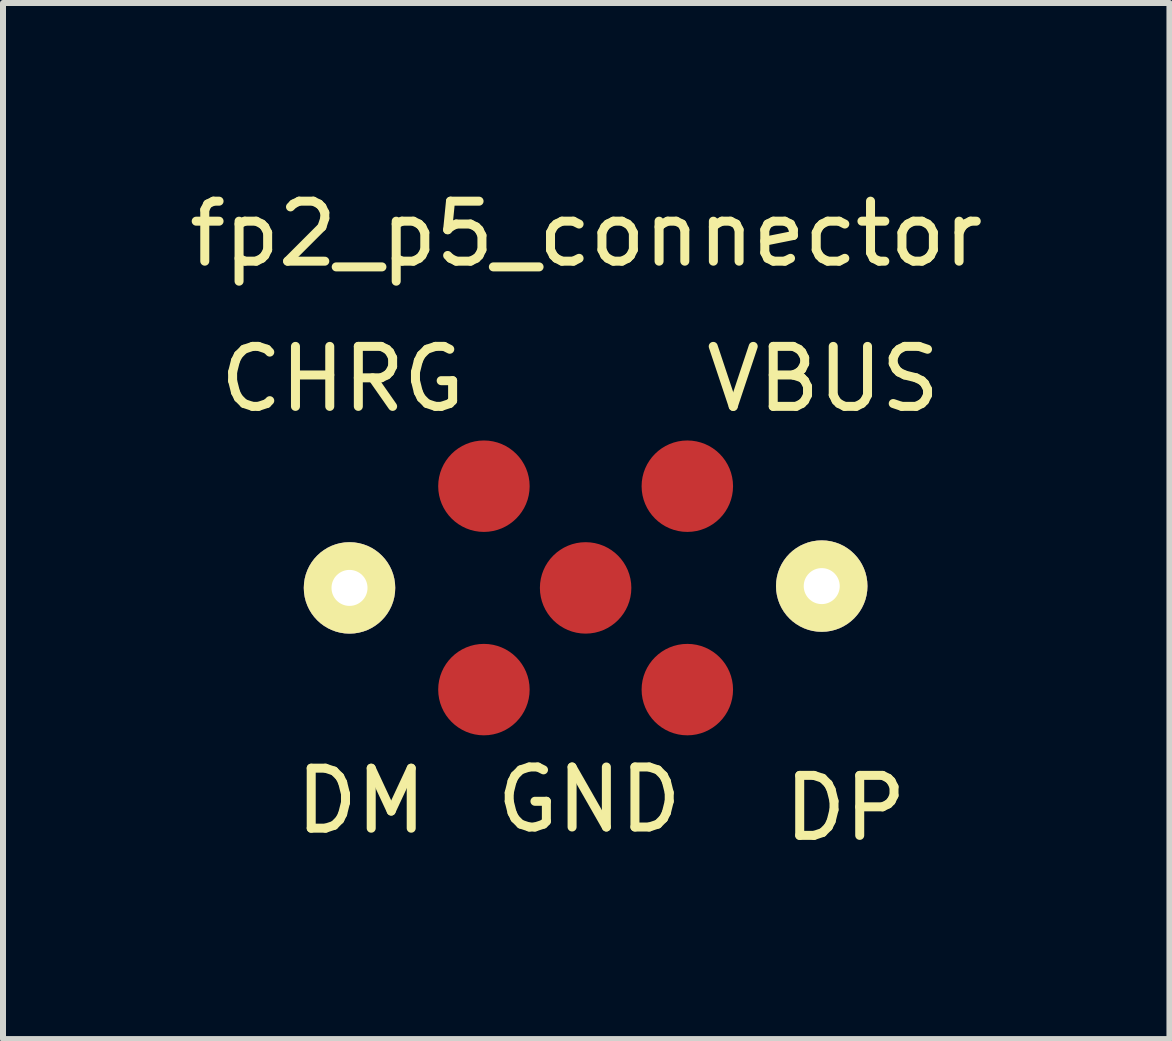
<source format=kicad_pcb>
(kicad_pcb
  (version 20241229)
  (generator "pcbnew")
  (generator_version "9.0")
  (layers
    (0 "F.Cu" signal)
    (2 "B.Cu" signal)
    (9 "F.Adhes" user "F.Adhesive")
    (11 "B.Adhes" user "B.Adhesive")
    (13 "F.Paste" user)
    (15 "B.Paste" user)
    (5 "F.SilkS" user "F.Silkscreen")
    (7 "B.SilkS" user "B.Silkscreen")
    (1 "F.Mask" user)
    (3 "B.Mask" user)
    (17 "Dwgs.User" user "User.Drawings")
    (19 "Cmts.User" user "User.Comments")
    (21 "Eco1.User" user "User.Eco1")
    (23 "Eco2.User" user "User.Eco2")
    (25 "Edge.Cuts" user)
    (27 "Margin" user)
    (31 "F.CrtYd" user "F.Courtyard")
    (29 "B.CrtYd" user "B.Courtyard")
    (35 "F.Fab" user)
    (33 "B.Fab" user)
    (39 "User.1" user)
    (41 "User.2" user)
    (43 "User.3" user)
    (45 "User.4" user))
  (footprint "fp2_p5_connector"
    (layer "F.Cu")
    (at 6.71 6.748)
    (property "Reference" "fp2_p5_connector" (at 0.01 -5.9 0) (layer "F.SilkS") (effects (font (size 1 1) (thickness 0.15))))
    (attr through_hole)
    (fp_text user "DM" (at -3.74 3.55 0) (layer "F.SilkS") (effects (font (size 1 1) (thickness 0.15))))
    (fp_text user "VBUS" (at 3.96 -3.48 0) (layer "F.SilkS") (effects (font (size 1 1) (thickness 0.15))))
    (fp_text user "DP" (at 4.33 3.67 0) (layer "F.SilkS") (effects (font (size 1 1) (thickness 0.15))))
    (fp_text user "CHRG" (at -4.05 -3.48 0) (layer "F.SilkS") (effects (font (size 1 1) (thickness 0.15))))
    (fp_text user "GND" (at 0.06 3.53 0) (layer "F.SilkS") (effects (font (size 1 1) (thickness 0.15))))
    (pad "" thru_hole circle (at -3.935 0) (size 1.524 1.524) (drill 0.6) (layers "*.Cu" "*.Mask" "F.SilkS"))
    (pad "" thru_hole circle (at 3.935 -0.03) (size 1.524 1.524) (drill 0.6) (layers "*.Cu" "*.Mask" "F.SilkS"))
    (pad "1" smd oval (at 1.695 -1.695) (size 1.524 1.524) (layers "F.Cu" "F.Mask" "F.Paste"))
    (pad "2" smd oval (at -1.695 -1.695) (size 1.524 1.524) (layers "F.Cu" "F.Mask" "F.Paste"))
    (pad "3" smd oval (at 0 0) (size 1.524 1.524) (layers "F.Cu" "F.Mask" "F.Paste"))
    (pad "4" smd oval (at 1.695 1.695) (size 1.524 1.524) (layers "F.Cu" "F.Mask" "F.Paste"))
    (pad "5" smd oval (at -1.695 1.695) (size 1.524 1.524) (layers "F.Cu" "F.Mask" "F.Paste")))
  (gr_rect
    (start -3 -3)
    (end 16.44 14.267)
    (stroke (width 0.1) (type default))
    (fill no)
    (layer "Edge.Cuts")))
</source>
